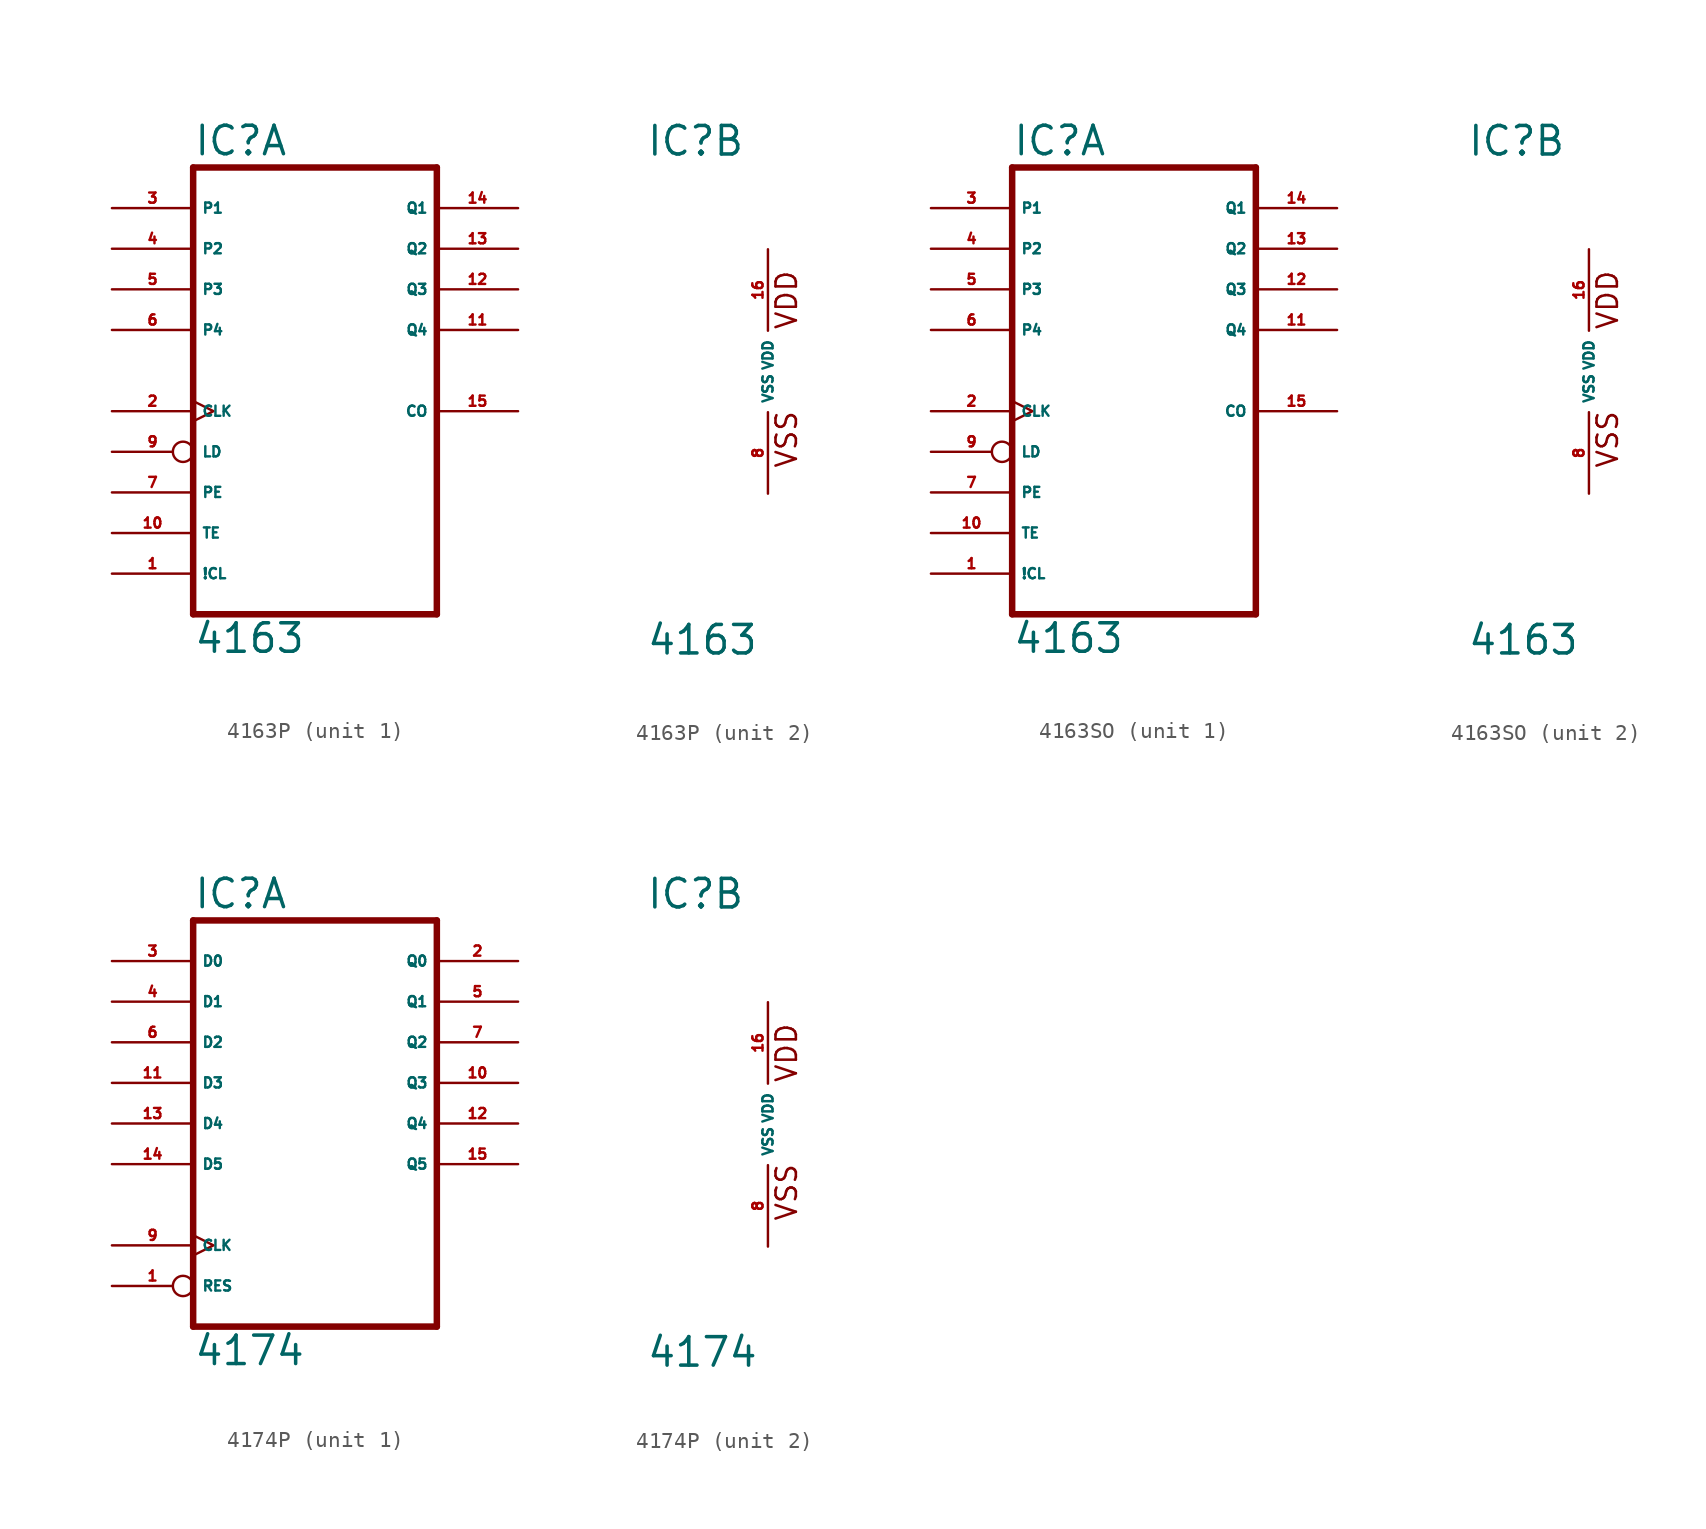
<source format=kicad_sym>
(kicad_symbol_lib
  (version 20220914)
  (generator Eagle2Kicad)
  (symbol "4163P"
    (property "Reference" "IC"
      (at -7.62 13.335 0)
      (effects (font (size 1.778 1.778) (thickness 0.22)) (justify left bottom)))
    (property "Value" "4163"
      (at -7.62 -17.78 0)
      (effects (font (size 1.778 1.778) (thickness 0.22)) (justify left bottom)))
    (symbol "4163P_1_0"
      (polyline (pts (xy -7.62 -15.24) (xy 7.62 -15.24)) (stroke (width 0.406) (type default)) (fill (type none)))
      (polyline (pts (xy 7.62 -15.24) (xy 7.62 12.7)) (stroke (width 0.406) (type default)) (fill (type none)))
      (polyline (pts (xy 7.62 12.7) (xy -7.62 12.7)) (stroke (width 0.406) (type default)) (fill (type none)))
      (polyline (pts (xy -7.62 12.7) (xy -7.62 -15.24)) (stroke (width 0.406) (type default)) (fill (type none)))
      (pin input line (at -12.7 -12.7 0) (length 5.08) (name "!CL" (effects (font (size 0.635 0.635) (thickness 0.08)) (justify left bottom))) (number "1" (effects (font (size 0.635 0.635) (thickness 0.08)) (justify left bottom))))
      (pin input clock (at -12.7 -2.54 0) (length 5.08) (name "CLK" (effects (font (size 0.635 0.635) (thickness 0.08)) (justify left bottom))) (number "2" (effects (font (size 0.635 0.635) (thickness 0.08)) (justify left bottom))))
      (pin input line (at -12.7 10.16 0) (length 5.08) (name "P1" (effects (font (size 0.635 0.635) (thickness 0.08)) (justify left bottom))) (number "3" (effects (font (size 0.635 0.635) (thickness 0.08)) (justify left bottom))))
      (pin input line (at -12.7 7.62 0) (length 5.08) (name "P2" (effects (font (size 0.635 0.635) (thickness 0.08)) (justify left bottom))) (number "4" (effects (font (size 0.635 0.635) (thickness 0.08)) (justify left bottom))))
      (pin input line (at -12.7 5.08 0) (length 5.08) (name "P3" (effects (font (size 0.635 0.635) (thickness 0.08)) (justify left bottom))) (number "5" (effects (font (size 0.635 0.635) (thickness 0.08)) (justify left bottom))))
      (pin input line (at -12.7 2.54 0) (length 5.08) (name "P4" (effects (font (size 0.635 0.635) (thickness 0.08)) (justify left bottom))) (number "6" (effects (font (size 0.635 0.635) (thickness 0.08)) (justify left bottom))))
      (pin input line (at -12.7 -7.62 0) (length 5.08) (name "PE" (effects (font (size 0.635 0.635) (thickness 0.08)) (justify left bottom))) (number "7" (effects (font (size 0.635 0.635) (thickness 0.08)) (justify left bottom))))
      (pin input inverted (at -12.7 -5.08 0) (length 5.08) (name "LD" (effects (font (size 0.635 0.635) (thickness 0.08)) (justify left bottom))) (number "9" (effects (font (size 0.635 0.635) (thickness 0.08)) (justify left bottom))))
      (pin input line (at -12.7 -10.16 0) (length 5.08) (name "TE" (effects (font (size 0.635 0.635) (thickness 0.08)) (justify left bottom))) (number "10" (effects (font (size 0.635 0.635) (thickness 0.08)) (justify left bottom))))
      (pin output line (at 12.7 2.54 180) (length 5.08) (name "Q4" (effects (font (size 0.635 0.635) (thickness 0.08)) (justify left bottom))) (number "11" (effects (font (size 0.635 0.635) (thickness 0.08)) (justify left bottom))))
      (pin output line (at 12.7 5.08 180) (length 5.08) (name "Q3" (effects (font (size 0.635 0.635) (thickness 0.08)) (justify left bottom))) (number "12" (effects (font (size 0.635 0.635) (thickness 0.08)) (justify left bottom))))
      (pin output line (at 12.7 7.62 180) (length 5.08) (name "Q2" (effects (font (size 0.635 0.635) (thickness 0.08)) (justify left bottom))) (number "13" (effects (font (size 0.635 0.635) (thickness 0.08)) (justify left bottom))))
      (pin output line (at 12.7 10.16 180) (length 5.08) (name "Q1" (effects (font (size 0.635 0.635) (thickness 0.08)) (justify left bottom))) (number "14" (effects (font (size 0.635 0.635) (thickness 0.08)) (justify left bottom))))
      (pin output line (at 12.7 -2.54 180) (length 5.08) (name "CO" (effects (font (size 0.635 0.635) (thickness 0.08)) (justify left bottom))) (number "15" (effects (font (size 0.635 0.635) (thickness 0.08)) (justify left bottom)))))
    (symbol "4163P_2_0"
      (text "VDD" (at 1.905 2.54 900) (effects (font (size 1.27 1.27) (thickness 0.16)) (justify left bottom)))
      (text "VSS" (at 1.905 -6.096 900) (effects (font (size 1.27 1.27) (thickness 0.16)) (justify left bottom)))
      (pin unspecified line (at 0 -7.62 90) (length 5.08) (name "VSS" (effects (font (size 0.635 0.635) (thickness 0.08)) (justify left bottom))) (number "8" (effects (font (size 0.635 0.635) (thickness 0.08)) (justify left bottom))))
      (pin unspecified line (at 0 7.62 270) (length 5.08) (name "VDD" (effects (font (size 0.635 0.635) (thickness 0.08)) (justify left bottom))) (number "16" (effects (font (size 0.635 0.635) (thickness 0.08)) (justify left bottom))))))
  (symbol "4163SO"
    (property "Reference" "IC"
      (at -7.62 13.335 0)
      (effects (font (size 1.778 1.778) (thickness 0.22)) (justify left bottom)))
    (property "Value" "4163"
      (at -7.62 -17.78 0)
      (effects (font (size 1.778 1.778) (thickness 0.22)) (justify left bottom)))
    (symbol "4163SO_1_0"
      (polyline (pts (xy -7.62 -15.24) (xy 7.62 -15.24)) (stroke (width 0.406) (type default)) (fill (type none)))
      (polyline (pts (xy 7.62 -15.24) (xy 7.62 12.7)) (stroke (width 0.406) (type default)) (fill (type none)))
      (polyline (pts (xy 7.62 12.7) (xy -7.62 12.7)) (stroke (width 0.406) (type default)) (fill (type none)))
      (polyline (pts (xy -7.62 12.7) (xy -7.62 -15.24)) (stroke (width 0.406) (type default)) (fill (type none)))
      (pin input line (at -12.7 -12.7 0) (length 5.08) (name "!CL" (effects (font (size 0.635 0.635) (thickness 0.08)) (justify left bottom))) (number "1" (effects (font (size 0.635 0.635) (thickness 0.08)) (justify left bottom))))
      (pin input clock (at -12.7 -2.54 0) (length 5.08) (name "CLK" (effects (font (size 0.635 0.635) (thickness 0.08)) (justify left bottom))) (number "2" (effects (font (size 0.635 0.635) (thickness 0.08)) (justify left bottom))))
      (pin input line (at -12.7 10.16 0) (length 5.08) (name "P1" (effects (font (size 0.635 0.635) (thickness 0.08)) (justify left bottom))) (number "3" (effects (font (size 0.635 0.635) (thickness 0.08)) (justify left bottom))))
      (pin input line (at -12.7 7.62 0) (length 5.08) (name "P2" (effects (font (size 0.635 0.635) (thickness 0.08)) (justify left bottom))) (number "4" (effects (font (size 0.635 0.635) (thickness 0.08)) (justify left bottom))))
      (pin input line (at -12.7 5.08 0) (length 5.08) (name "P3" (effects (font (size 0.635 0.635) (thickness 0.08)) (justify left bottom))) (number "5" (effects (font (size 0.635 0.635) (thickness 0.08)) (justify left bottom))))
      (pin input line (at -12.7 2.54 0) (length 5.08) (name "P4" (effects (font (size 0.635 0.635) (thickness 0.08)) (justify left bottom))) (number "6" (effects (font (size 0.635 0.635) (thickness 0.08)) (justify left bottom))))
      (pin input line (at -12.7 -7.62 0) (length 5.08) (name "PE" (effects (font (size 0.635 0.635) (thickness 0.08)) (justify left bottom))) (number "7" (effects (font (size 0.635 0.635) (thickness 0.08)) (justify left bottom))))
      (pin input inverted (at -12.7 -5.08 0) (length 5.08) (name "LD" (effects (font (size 0.635 0.635) (thickness 0.08)) (justify left bottom))) (number "9" (effects (font (size 0.635 0.635) (thickness 0.08)) (justify left bottom))))
      (pin input line (at -12.7 -10.16 0) (length 5.08) (name "TE" (effects (font (size 0.635 0.635) (thickness 0.08)) (justify left bottom))) (number "10" (effects (font (size 0.635 0.635) (thickness 0.08)) (justify left bottom))))
      (pin output line (at 12.7 2.54 180) (length 5.08) (name "Q4" (effects (font (size 0.635 0.635) (thickness 0.08)) (justify left bottom))) (number "11" (effects (font (size 0.635 0.635) (thickness 0.08)) (justify left bottom))))
      (pin output line (at 12.7 5.08 180) (length 5.08) (name "Q3" (effects (font (size 0.635 0.635) (thickness 0.08)) (justify left bottom))) (number "12" (effects (font (size 0.635 0.635) (thickness 0.08)) (justify left bottom))))
      (pin output line (at 12.7 7.62 180) (length 5.08) (name "Q2" (effects (font (size 0.635 0.635) (thickness 0.08)) (justify left bottom))) (number "13" (effects (font (size 0.635 0.635) (thickness 0.08)) (justify left bottom))))
      (pin output line (at 12.7 10.16 180) (length 5.08) (name "Q1" (effects (font (size 0.635 0.635) (thickness 0.08)) (justify left bottom))) (number "14" (effects (font (size 0.635 0.635) (thickness 0.08)) (justify left bottom))))
      (pin output line (at 12.7 -2.54 180) (length 5.08) (name "CO" (effects (font (size 0.635 0.635) (thickness 0.08)) (justify left bottom))) (number "15" (effects (font (size 0.635 0.635) (thickness 0.08)) (justify left bottom)))))
    (symbol "4163SO_2_0"
      (text "VDD" (at 1.905 2.54 900) (effects (font (size 1.27 1.27) (thickness 0.16)) (justify left bottom)))
      (text "VSS" (at 1.905 -6.096 900) (effects (font (size 1.27 1.27) (thickness 0.16)) (justify left bottom)))
      (pin unspecified line (at 0 -7.62 90) (length 5.08) (name "VSS" (effects (font (size 0.635 0.635) (thickness 0.08)) (justify left bottom))) (number "8" (effects (font (size 0.635 0.635) (thickness 0.08)) (justify left bottom))))
      (pin unspecified line (at 0 7.62 270) (length 5.08) (name "VDD" (effects (font (size 0.635 0.635) (thickness 0.08)) (justify left bottom))) (number "16" (effects (font (size 0.635 0.635) (thickness 0.08)) (justify left bottom))))))
  (symbol "4174P"
    (property "Reference" "IC"
      (at -7.62 13.335 0)
      (effects (font (size 1.778 1.778) (thickness 0.22)) (justify left bottom)))
    (property "Value" "4174"
      (at -7.62 -15.24 0)
      (effects (font (size 1.778 1.778) (thickness 0.22)) (justify left bottom)))
    (symbol "4174P_1_0"
      (polyline (pts (xy -7.62 -12.7) (xy 7.62 -12.7)) (stroke (width 0.406) (type default)) (fill (type none)))
      (polyline (pts (xy 7.62 -12.7) (xy 7.62 12.7)) (stroke (width 0.406) (type default)) (fill (type none)))
      (polyline (pts (xy 7.62 12.7) (xy -7.62 12.7)) (stroke (width 0.406) (type default)) (fill (type none)))
      (polyline (pts (xy -7.62 12.7) (xy -7.62 -12.7)) (stroke (width 0.406) (type default)) (fill (type none)))
      (pin input inverted (at -12.7 -10.16 0) (length 5.08) (name "RES" (effects (font (size 0.635 0.635) (thickness 0.08)) (justify left bottom))) (number "1" (effects (font (size 0.635 0.635) (thickness 0.08)) (justify left bottom))))
      (pin output line (at 12.7 10.16 180) (length 5.08) (name "Q0" (effects (font (size 0.635 0.635) (thickness 0.08)) (justify left bottom))) (number "2" (effects (font (size 0.635 0.635) (thickness 0.08)) (justify left bottom))))
      (pin input line (at -12.7 10.16 0) (length 5.08) (name "D0" (effects (font (size 0.635 0.635) (thickness 0.08)) (justify left bottom))) (number "3" (effects (font (size 0.635 0.635) (thickness 0.08)) (justify left bottom))))
      (pin input line (at -12.7 7.62 0) (length 5.08) (name "D1" (effects (font (size 0.635 0.635) (thickness 0.08)) (justify left bottom))) (number "4" (effects (font (size 0.635 0.635) (thickness 0.08)) (justify left bottom))))
      (pin output line (at 12.7 7.62 180) (length 5.08) (name "Q1" (effects (font (size 0.635 0.635) (thickness 0.08)) (justify left bottom))) (number "5" (effects (font (size 0.635 0.635) (thickness 0.08)) (justify left bottom))))
      (pin input line (at -12.7 5.08 0) (length 5.08) (name "D2" (effects (font (size 0.635 0.635) (thickness 0.08)) (justify left bottom))) (number "6" (effects (font (size 0.635 0.635) (thickness 0.08)) (justify left bottom))))
      (pin output line (at 12.7 5.08 180) (length 5.08) (name "Q2" (effects (font (size 0.635 0.635) (thickness 0.08)) (justify left bottom))) (number "7" (effects (font (size 0.635 0.635) (thickness 0.08)) (justify left bottom))))
      (pin input clock (at -12.7 -7.62 0) (length 5.08) (name "CLK" (effects (font (size 0.635 0.635) (thickness 0.08)) (justify left bottom))) (number "9" (effects (font (size 0.635 0.635) (thickness 0.08)) (justify left bottom))))
      (pin output line (at 12.7 2.54 180) (length 5.08) (name "Q3" (effects (font (size 0.635 0.635) (thickness 0.08)) (justify left bottom))) (number "10" (effects (font (size 0.635 0.635) (thickness 0.08)) (justify left bottom))))
      (pin input line (at -12.7 2.54 0) (length 5.08) (name "D3" (effects (font (size 0.635 0.635) (thickness 0.08)) (justify left bottom))) (number "11" (effects (font (size 0.635 0.635) (thickness 0.08)) (justify left bottom))))
      (pin output line (at 12.7 0 180) (length 5.08) (name "Q4" (effects (font (size 0.635 0.635) (thickness 0.08)) (justify left bottom))) (number "12" (effects (font (size 0.635 0.635) (thickness 0.08)) (justify left bottom))))
      (pin input line (at -12.7 0 0) (length 5.08) (name "D4" (effects (font (size 0.635 0.635) (thickness 0.08)) (justify left bottom))) (number "13" (effects (font (size 0.635 0.635) (thickness 0.08)) (justify left bottom))))
      (pin input line (at -12.7 -2.54 0) (length 5.08) (name "D5" (effects (font (size 0.635 0.635) (thickness 0.08)) (justify left bottom))) (number "14" (effects (font (size 0.635 0.635) (thickness 0.08)) (justify left bottom))))
      (pin output line (at 12.7 -2.54 180) (length 5.08) (name "Q5" (effects (font (size 0.635 0.635) (thickness 0.08)) (justify left bottom))) (number "15" (effects (font (size 0.635 0.635) (thickness 0.08)) (justify left bottom)))))
    (symbol "4174P_2_0"
      (text "VDD" (at 1.905 2.54 900) (effects (font (size 1.27 1.27) (thickness 0.16)) (justify left bottom)))
      (text "VSS" (at 1.905 -6.096 900) (effects (font (size 1.27 1.27) (thickness 0.16)) (justify left bottom)))
      (pin unspecified line (at 0 -7.62 90) (length 5.08) (name "VSS" (effects (font (size 0.635 0.635) (thickness 0.08)) (justify left bottom))) (number "8" (effects (font (size 0.635 0.635) (thickness 0.08)) (justify left bottom))))
      (pin unspecified line (at 0 7.62 270) (length 5.08) (name "VDD" (effects (font (size 0.635 0.635) (thickness 0.08)) (justify left bottom))) (number "16" (effects (font (size 0.635 0.635) (thickness 0.08)) (justify left bottom)))))))
</source>
